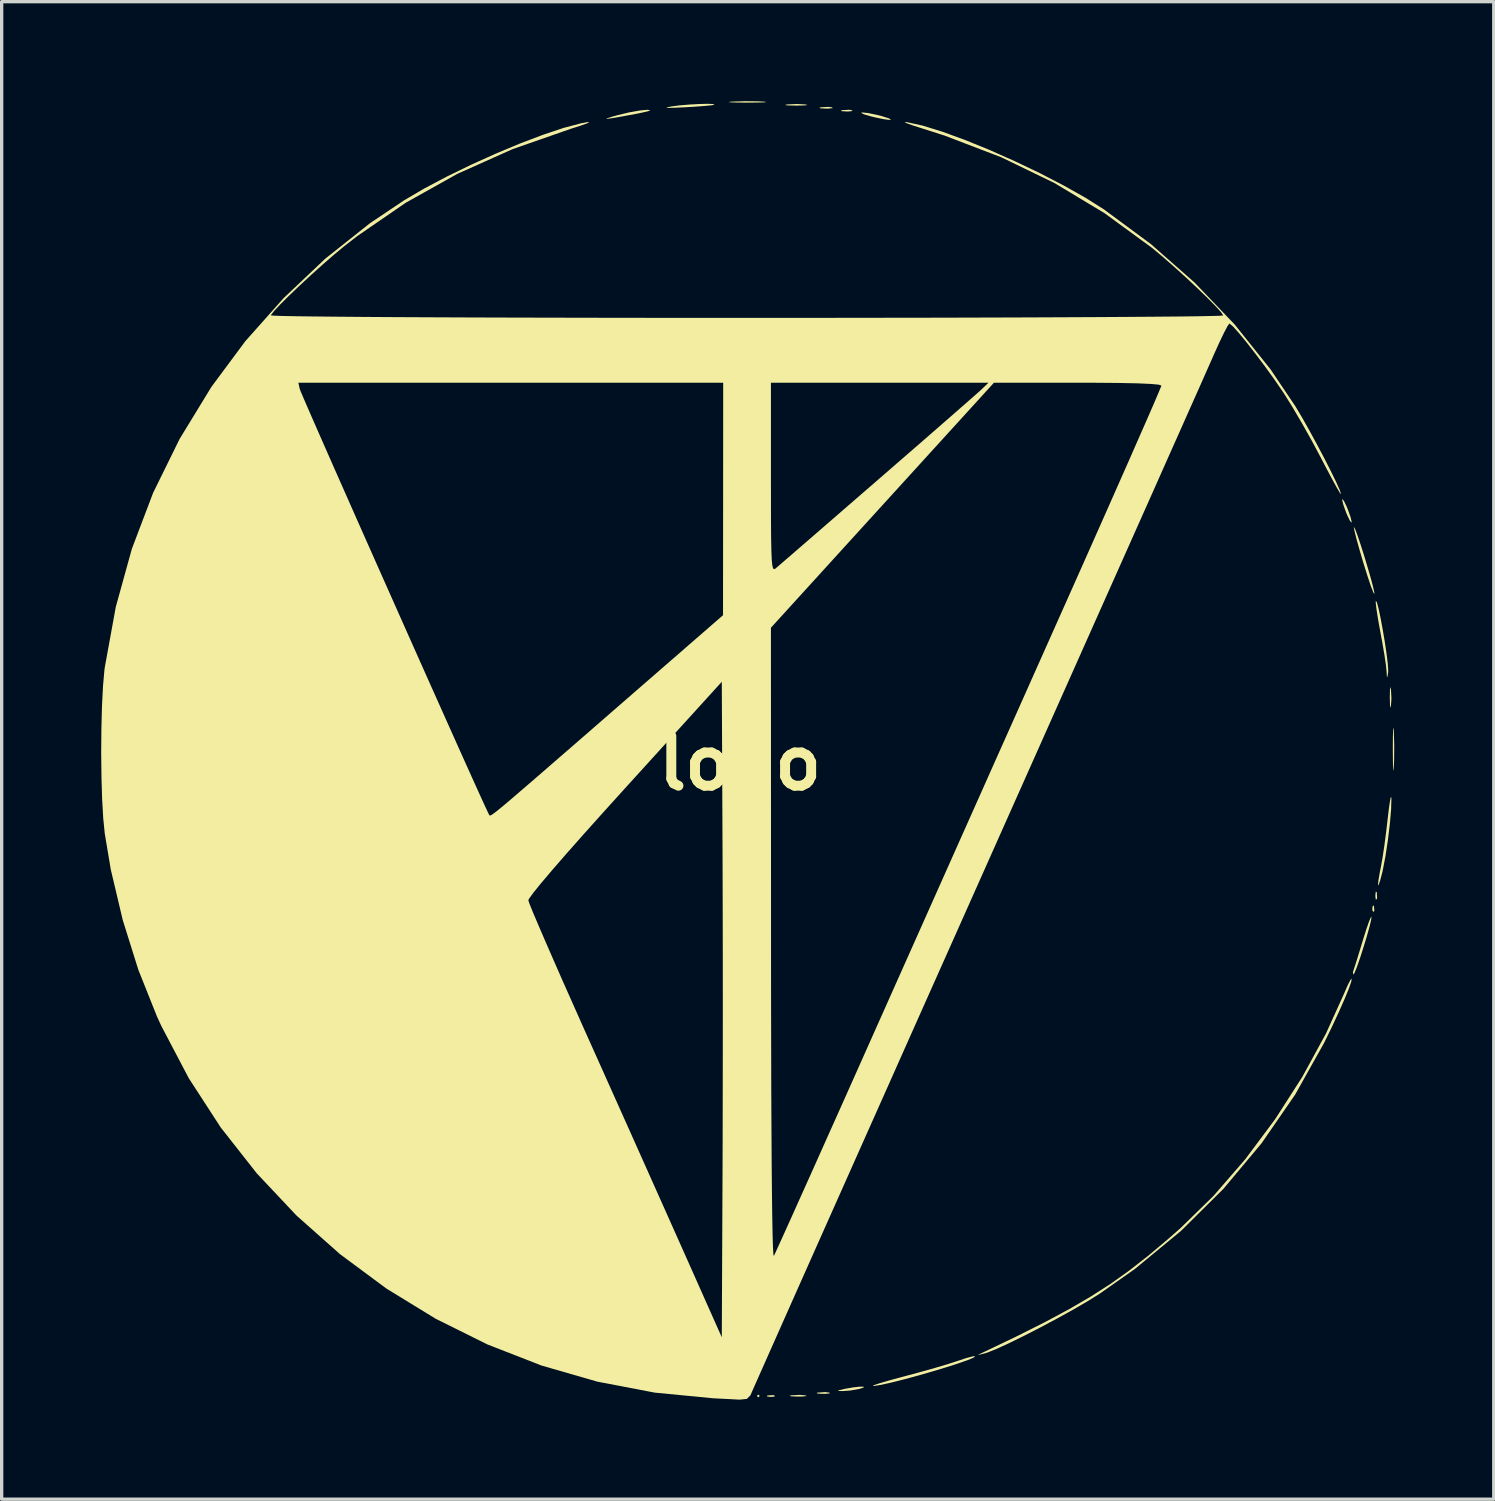
<source format=kicad_pcb>
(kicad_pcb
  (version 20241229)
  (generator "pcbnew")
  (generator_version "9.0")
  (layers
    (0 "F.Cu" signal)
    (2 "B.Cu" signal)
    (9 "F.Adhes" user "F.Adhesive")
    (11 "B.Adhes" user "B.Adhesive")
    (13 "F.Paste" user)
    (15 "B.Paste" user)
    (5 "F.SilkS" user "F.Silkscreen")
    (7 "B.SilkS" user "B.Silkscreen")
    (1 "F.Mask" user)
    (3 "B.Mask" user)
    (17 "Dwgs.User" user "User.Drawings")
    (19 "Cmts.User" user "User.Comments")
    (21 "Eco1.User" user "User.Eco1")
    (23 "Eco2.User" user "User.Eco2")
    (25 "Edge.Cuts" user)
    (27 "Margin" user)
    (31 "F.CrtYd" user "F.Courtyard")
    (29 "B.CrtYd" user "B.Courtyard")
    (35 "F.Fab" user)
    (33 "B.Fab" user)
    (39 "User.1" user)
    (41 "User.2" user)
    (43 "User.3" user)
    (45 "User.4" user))
  (footprint "logo"
    (layer "F.Cu")
    (at 19.255 19.953)
    (property "Reference" "logo" (at 0 0 0) (layer "F.SilkS") (effects (font (size 1.5 1.5) (thickness 0.3))))
    (attr board_only exclude_from_pos_files exclude_from_bom)
    (fp_poly (pts (xy 0.593 19.071) (xy 0.55 19.114) (xy 0.508 19.071) (xy 0.55 19.029)) (stroke (width 0) (type solid)) (fill yes) (layer "F.SilkS"))
    (fp_poly (pts (xy 1.037 19.057) (xy 1.048 19.088) (xy 0.931 19.1) (xy 0.811 19.087) (xy 0.826 19.057) (xy 0.999 19.046)) (stroke (width 0) (type solid)) (fill yes) (layer "F.SilkS"))
    (fp_poly (pts (xy 19.108 4.317) (xy 19.118 4.449) (xy 19.101 4.479) (xy 19.063 4.454) (xy 19.057 4.368) (xy 19.077 4.277)) (stroke (width 0) (type solid)) (fill yes) (layer "F.SilkS"))
    (fp_poly (pts (xy 19.191 3.886) (xy 19.202 4.06) (xy 19.191 4.099) (xy 19.16 4.11) (xy 19.148 3.993) (xy 19.161 3.872)) (stroke (width 0) (type solid)) (fill yes) (layer "F.SilkS"))
    (fp_poly (pts (xy 1.97 19.054) (xy 2.004 19.074) (xy 1.893 19.087) (xy 1.736 19.089) (xy 1.544 19.083) (xy 1.487 19.068) (xy 1.546 19.053) (xy 1.797 19.039)) (stroke (width 0) (type solid)) (fill yes) (layer "F.SilkS"))
    (fp_poly (pts (xy 2.689 18.97) (xy 2.709 18.993) (xy 2.587 19.006) (xy 2.498 19.007) (xy 2.334 18.999) (xy 2.309 18.98) (xy 2.35 18.969) (xy 2.571 18.955)) (stroke (width 0) (type solid)) (fill yes) (layer "F.SilkS"))
    (fp_poly (pts (xy 2.774 -19.767) (xy 2.794 -19.744) (xy 2.672 -19.731) (xy 2.582 -19.73) (xy 2.418 -19.738) (xy 2.393 -19.757) (xy 2.435 -19.768) (xy 2.656 -19.782)) (stroke (width 0) (type solid)) (fill yes) (layer "F.SilkS"))
    (fp_poly (pts (xy 3.365 -19.682) (xy 3.392 -19.657) (xy 3.275 -19.644) (xy 3.217 -19.643) (xy 3.063 -19.652) (xy 3.045 -19.674) (xy 3.069 -19.682) (xy 3.284 -19.695)) (stroke (width 0) (type solid)) (fill yes) (layer "F.SilkS"))
    (fp_poly (pts (xy 19.619 -2.23) (xy 19.619 -2.228) (xy 19.633 -1.951) (xy 19.618 -1.719) (xy 19.601 -1.672) (xy 19.589 -1.773) (xy 19.584 -1.996) (xy 19.589 -2.214) (xy 19.602 -2.298)) (stroke (width 0) (type solid)) (fill yes) (layer "F.SilkS"))
    (fp_poly (pts (xy 1.968 -19.855) (xy 2.032 -19.838) (xy 1.946 -19.826) (xy 1.728 -19.821) (xy 1.693 -19.821) (xy 1.461 -19.825) (xy 1.357 -19.836) (xy 1.402 -19.853) (xy 1.418 -19.855) (xy 1.715 -19.869)) (stroke (width 0) (type solid)) (fill yes) (layer "F.SilkS"))
    (fp_poly (pts (xy 3.725 18.793) (xy 3.73 18.815) (xy 3.598 18.859) (xy 3.317 18.908) (xy 3.09 18.924) (xy 2.956 18.92) (xy 2.971 18.901) (xy 3.142 18.861) (xy 3.175 18.854) (xy 3.418 18.812) (xy 3.611 18.791)) (stroke (width 0) (type solid)) (fill yes) (layer "F.SilkS"))
    (fp_poly (pts (xy 3.861 -19.595) (xy 4.125 -19.541) (xy 4.276 -19.502) (xy 4.488 -19.435) (xy 4.553 -19.398) (xy 4.493 -19.39) (xy 4.327 -19.412) (xy 4.075 -19.464) (xy 3.937 -19.498) (xy 3.734 -19.558) (xy 3.651 -19.601) (xy 3.683 -19.614)) (stroke (width 0) (type solid)) (fill yes) (layer "F.SilkS"))
    (fp_poly (pts (xy 18.198 -7.91) (xy 18.279 -7.744) (xy 18.323 -7.638) (xy 18.401 -7.419) (xy 18.435 -7.276) (xy 18.432 -7.252) (xy 18.385 -7.302) (xy 18.304 -7.468) (xy 18.26 -7.575) (xy 18.183 -7.794) (xy 18.148 -7.937) (xy 18.151 -7.961)) (stroke (width 0) (type solid)) (fill yes) (layer "F.SilkS"))
    (fp_poly (pts (xy -2.7 -19.682) (xy -2.772 -19.65) (xy -3.005 -19.597) (xy -3.09 -19.58) (xy -3.561 -19.492) (xy -3.869 -19.439) (xy -4.02 -19.42) (xy -4.017 -19.435) (xy -3.864 -19.484) (xy -3.683 -19.534) (xy -3.34 -19.616) (xy -3.017 -19.673) (xy -2.794 -19.694)) (stroke (width 0) (type solid)) (fill yes) (layer "F.SilkS"))
    (fp_poly (pts (xy 0.536 -19.949) (xy 0.702 -19.941) (xy 0.799 -19.929) (xy 0.743 -19.919) (xy 0.549 -19.913) (xy 0.231 -19.91) (xy 0.212 -19.91) (xy -0.107 -19.913) (xy -0.298 -19.919) (xy -0.348 -19.929) (xy -0.244 -19.94) (xy -0.23 -19.941) (xy 0.144 -19.953)) (stroke (width 0) (type solid)) (fill yes) (layer "F.SilkS"))
    (fp_poly (pts (xy 19.702 -1.013) (xy 19.705 -0.956) (xy 19.717 -0.552) (xy 19.714 -0.11) (xy 19.705 0.106) (xy 19.695 0.226) (xy 19.685 0.189) (xy 19.679 0.01) (xy 19.676 -0.297) (xy 19.675 -0.425) (xy 19.677 -0.772) (xy 19.683 -0.995) (xy 19.691 -1.08)) (stroke (width 0) (type solid)) (fill yes) (layer "F.SilkS"))
    (fp_poly (pts (xy -0.81 -19.867) (xy -0.769 -19.847) (xy -0.863 -19.829) (xy -1.089 -19.808) (xy -1.408 -19.784) (xy -1.651 -19.77) (xy -2.004 -19.754) (xy -2.191 -19.752) (xy -2.216 -19.765) (xy -2.08 -19.793) (xy -2.074 -19.794) (xy -1.821 -19.827) (xy -1.525 -19.852) (xy -1.229 -19.868) (xy -0.977 -19.874)) (stroke (width 0) (type solid)) (fill yes) (layer "F.SilkS"))
    (fp_poly (pts (xy 19.023 4.716) (xy 18.973 4.925) (xy 18.893 5.212) (xy 18.795 5.534) (xy 18.693 5.853) (xy 18.599 6.125) (xy 18.525 6.312) (xy 18.488 6.371) (xy 18.472 6.307) (xy 18.494 6.228) (xy 18.542 6.086) (xy 18.623 5.826) (xy 18.724 5.495) (xy 18.772 5.337) (xy 18.873 5.015) (xy 18.958 4.771) (xy 19.016 4.638) (xy 19.031 4.625)) (stroke (width 0) (type solid)) (fill yes) (layer "F.SilkS"))
    (fp_poly (pts (xy 18.537 -7.062) (xy 18.607 -6.875) (xy 18.701 -6.598) (xy 18.806 -6.268) (xy 18.911 -5.92) (xy 19.006 -5.593) (xy 19.078 -5.323) (xy 19.117 -5.146) (xy 19.119 -5.1) (xy 19.087 -5.147) (xy 19.016 -5.329) (xy 18.918 -5.62) (xy 18.802 -5.99) (xy 18.781 -6.058) (xy 18.666 -6.45) (xy 18.575 -6.778) (xy 18.517 -7.012) (xy 18.499 -7.119) (xy 18.5 -7.122)) (stroke (width 0) (type solid)) (fill yes) (layer "F.SilkS"))
    (fp_poly (pts (xy 19.196 -4.843) (xy 19.246 -4.657) (xy 19.306 -4.374) (xy 19.369 -4.033) (xy 19.431 -3.669) (xy 19.483 -3.319) (xy 19.52 -3.02) (xy 19.536 -2.806) (xy 19.534 -2.739) (xy 19.509 -2.594) (xy 19.496 -2.605) (xy 19.486 -2.778) (xy 19.465 -2.974) (xy 19.418 -3.288) (xy 19.352 -3.671) (xy 19.299 -3.955) (xy 19.232 -4.326) (xy 19.184 -4.63) (xy 19.16 -4.833) (xy 19.162 -4.898)) (stroke (width 0) (type solid)) (fill yes) (layer "F.SilkS"))
    (fp_poly (pts (xy 19.632 1.049) (xy 19.633 1.062) (xy 19.623 1.393) (xy 19.585 1.832) (xy 19.526 2.321) (xy 19.453 2.804) (xy 19.373 3.222) (xy 19.352 3.313) (xy 19.29 3.545) (xy 19.245 3.674) (xy 19.229 3.678) (xy 19.24 3.542) (xy 19.28 3.304) (xy 19.315 3.128) (xy 19.364 2.855) (xy 19.422 2.47) (xy 19.479 2.03) (xy 19.517 1.7) (xy 19.558 1.355) (xy 19.593 1.118) (xy 19.619 1.01)) (stroke (width 0) (type solid)) (fill yes) (layer "F.SilkS"))
    (fp_poly (pts (xy 7.037 17.918) (xy 6.85 17.995) (xy 6.558 18.097) (xy 6.191 18.214) (xy 5.776 18.339) (xy 5.346 18.462) (xy 4.927 18.575) (xy 4.551 18.67) (xy 4.247 18.737) (xy 4.044 18.769) (xy 4.008 18.77) (xy 4.026 18.749) (xy 4.185 18.695) (xy 4.458 18.614) (xy 4.822 18.515) (xy 4.953 18.48) (xy 5.416 18.356) (xy 5.871 18.228) (xy 6.265 18.111) (xy 6.548 18.019) (xy 6.554 18.017) (xy 6.819 17.929) (xy 7.013 17.878) (xy 7.089 17.873)) (stroke (width 0) (type solid)) (fill yes) (layer "F.SilkS"))
    (fp_poly (pts (xy 18.422 6.586) (xy 18.344 6.808) (xy 18.211 7.131) (xy 18.034 7.529) (xy 17.824 7.979) (xy 17.603 8.431) (xy 16.731 9.988) (xy 15.718 11.456) (xy 14.57 12.827) (xy 13.295 14.092) (xy 11.899 15.245) (xy 10.837 15.991) (xy 10.481 16.213) (xy 10.046 16.466) (xy 9.562 16.734) (xy 9.059 17.002) (xy 8.567 17.255) (xy 8.116 17.476) (xy 7.736 17.651) (xy 7.457 17.763) (xy 7.366 17.791) (xy 7.154 17.84) (xy 7.366 17.74) (xy 8.339 17.274) (xy 9.179 16.852) (xy 9.913 16.459) (xy 10.567 16.078) (xy 11.165 15.694) (xy 11.734 15.289) (xy 12.299 14.848) (xy 12.887 14.355) (xy 13.28 14.009) (xy 14.27 13.042) (xy 15.226 11.939) (xy 16.126 10.733) (xy 16.945 9.458) (xy 17.66 8.148) (xy 18.205 6.946) (xy 18.312 6.698) (xy 18.396 6.534) (xy 18.435 6.49)) (stroke (width 0) (type solid)) (fill yes) (layer "F.SilkS"))
    (fp_poly (pts (xy 5.023 -19.323) (xy 5.504 -19.217) (xy 6.099 -19.033) (xy 6.779 -18.785) (xy 7.514 -18.486) (xy 8.275 -18.148) (xy 9.033 -17.786) (xy 9.757 -17.411) (xy 10.42 -17.037) (xy 10.964 -16.694) (xy 12.382 -15.647) (xy 13.703 -14.484) (xy 14.91 -13.221) (xy 15.986 -11.875) (xy 16.737 -10.759) (xy 16.934 -10.428) (xy 17.154 -10.039) (xy 17.382 -9.62) (xy 17.604 -9.201) (xy 17.803 -8.81) (xy 17.965 -8.478) (xy 18.075 -8.233) (xy 18.116 -8.106) (xy 18.116 -8.103) (xy 18.079 -8.148) (xy 17.978 -8.321) (xy 17.826 -8.598) (xy 17.636 -8.957) (xy 17.501 -9.217) (xy 17.236 -9.713) (xy 16.943 -10.235) (xy 16.653 -10.729) (xy 16.398 -11.138) (xy 16.348 -11.213) (xy 16.091 -11.586) (xy 15.812 -11.972) (xy 15.529 -12.348) (xy 15.263 -12.689) (xy 15.032 -12.969) (xy 14.857 -13.164) (xy 14.756 -13.249) (xy 14.748 -13.251) (xy 14.694 -13.177) (xy 14.588 -12.976) (xy 14.445 -12.677) (xy 14.279 -12.311) (xy 14.254 -12.252) (xy 14.175 -12.074) (xy 14.031 -11.749) (xy 13.825 -11.284) (xy 13.56 -10.689) (xy 13.241 -9.972) (xy 12.87 -9.14) (xy 12.453 -8.201) (xy 11.991 -7.165) (xy 11.489 -6.038) (xy 10.95 -4.829) (xy 10.378 -3.546) (xy 9.777 -2.197) (xy 9.15 -0.791) (xy 8.501 0.665) (xy 7.833 2.163) (xy 7.151 3.694) (xy 7.093 3.823) (xy 6.416 5.342) (xy 5.756 6.821) (xy 5.118 8.252) (xy 4.506 9.627) (xy 3.921 10.939) (xy 3.368 12.18) (xy 2.85 13.343) (xy 2.37 14.42) (xy 1.932 15.404) (xy 1.539 16.287) (xy 1.195 17.062) (xy 0.902 17.721) (xy 0.665 18.256) (xy 0.485 18.66) (xy 0.368 18.925) (xy 0.316 19.045) (xy 0.314 19.05) (xy 0.207 19.16) (xy -0.019 19.183) (xy -0.26 19.169) (xy -0.585 19.153) (xy -0.804 19.142) (xy -2.572 18.971) (xy -4.302 18.64) (xy -5.985 18.154) (xy -7.612 17.52) (xy -9.173 16.745) (xy -10.658 15.835) (xy -12.058 14.797) (xy -13.364 13.638) (xy -14.564 12.364) (xy -15.651 10.981) (xy -16.614 9.497) (xy -17.444 7.917) (xy -17.573 7.636) (xy -18.135 6.228) (xy -18.605 4.729) (xy -18.746 4.133) (xy -6.381 4.133) (xy -6.345 4.239) (xy -6.246 4.485) (xy -6.089 4.855) (xy -5.883 5.334) (xy -5.633 5.907) (xy -5.347 6.559) (xy -5.029 7.274) (xy -4.689 8.038) (xy -4.579 8.283) (xy -4.183 9.166) (xy -3.768 10.093) (xy -3.346 11.035) (xy -2.932 11.961) (xy -2.538 12.843) (xy -2.177 13.651) (xy -1.863 14.355) (xy -1.669 14.79) (xy -0.55 17.304) (xy -0.528 12.397) (xy -0.524 11.288) (xy -0.522 10.052) (xy -0.52 8.731) (xy -0.519 7.37) (xy -0.52 6.009) (xy -0.522 4.694) (xy -0.525 3.465) (xy -0.528 2.517) (xy -0.55 -2.454) (xy -3.471 0.761) (xy -4.14 1.501) (xy -4.734 2.164) (xy -5.246 2.743) (xy -5.671 3.232) (xy -6.002 3.623) (xy -6.234 3.91) (xy -6.359 4.084) (xy -6.381 4.133) (xy -18.746 4.133) (xy -18.966 3.204) (xy -19.147 2.124) (xy -19.193 1.665) (xy -19.227 1.078) (xy -19.247 0.404) (xy -19.255 -0.315) (xy -19.249 -1.037) (xy -19.231 -1.722) (xy -19.2 -2.328) (xy -19.157 -2.814) (xy -19.147 -2.888) (xy -18.815 -4.711) (xy -18.33 -6.463) (xy -17.69 -8.149) (xy -16.892 -9.772) (xy -15.937 -11.336) (xy -15.84 -11.468) (xy -13.312 -11.468) (xy -13.27 -11.277) (xy -13.232 -11.18) (xy -13.13 -10.942) (xy -12.972 -10.578) (xy -12.763 -10.101) (xy -12.51 -9.525) (xy -12.22 -8.866) (xy -11.897 -8.137) (xy -11.55 -7.352) (xy -11.183 -6.525) (xy -10.804 -5.671) (xy -10.418 -4.804) (xy -10.033 -3.938) (xy -9.654 -3.087) (xy -9.287 -2.265) (xy -8.939 -1.487) (xy -8.617 -0.767) (xy -8.326 -0.118) (xy -8.073 0.444) (xy -7.864 0.906) (xy -7.705 1.254) (xy -7.603 1.473) (xy -7.567 1.547) (xy -7.557 1.565) (xy -7.545 1.576) (xy -7.52 1.574) (xy -7.473 1.548) (xy -7.395 1.492) (xy -7.274 1.397) (xy -7.102 1.255) (xy -6.869 1.058) (xy -6.566 0.797) (xy -6.181 0.466) (xy -5.707 0.054) (xy -5.132 -0.444) (xy -4.448 -1.039) (xy -3.738 -1.657) (xy -0.947 -4.083) (xy 0.931 -4.083) (xy 0.934 5.455) (xy 0.935 7.054) (xy 0.938 8.513) (xy 0.941 9.829) (xy 0.947 10.999) (xy 0.953 12.02) (xy 0.961 12.89) (xy 0.97 13.604) (xy 0.98 14.161) (xy 0.991 14.557) (xy 1.004 14.789) (xy 1.017 14.855) (xy 1.018 14.854) (xy 1.064 14.757) (xy 1.174 14.516) (xy 1.343 14.143) (xy 1.565 13.651) (xy 1.835 13.049) (xy 2.149 12.351) (xy 2.499 11.568) (xy 2.883 10.71) (xy 3.294 9.791) (xy 3.726 8.822) (xy 4.01 8.185) (xy 4.552 6.97) (xy 5.148 5.634) (xy 5.783 4.211) (xy 6.442 2.732) (xy 7.112 1.231) (xy 7.776 -0.259) (xy 8.422 -1.705) (xy 9.033 -3.076) (xy 9.596 -4.338) (xy 9.811 -4.82) (xy 10.252 -5.809) (xy 10.672 -6.754) (xy 11.067 -7.644) (xy 11.431 -8.467) (xy 11.76 -9.211) (xy 12.047 -9.865) (xy 12.289 -10.416) (xy 12.48 -10.855) (xy 12.614 -11.169) (xy 12.687 -11.346) (xy 12.7 -11.382) (xy 12.616 -11.41) (xy 12.366 -11.432) (xy 11.954 -11.45) (xy 11.382 -11.461) (xy 10.655 -11.467) (xy 10.177 -11.468) (xy 7.653 -11.468) (xy 4.292 -7.776) (xy 0.931 -4.083) (xy -0.947 -4.083) (xy -0.513 -4.46) (xy -0.51 -7.964) (xy -0.508 -11.468) (xy 0.931 -11.468) (xy 0.931 -8.609) (xy 0.932 -7.838) (xy 0.933 -7.22) (xy 0.937 -6.74) (xy 0.945 -6.383) (xy 0.956 -6.13) (xy 0.972 -5.968) (xy 0.993 -5.879) (xy 1.021 -5.848) (xy 1.057 -5.859) (xy 1.079 -5.876) (xy 1.173 -5.957) (xy 1.38 -6.136) (xy 1.689 -6.403) (xy 2.085 -6.746) (xy 2.555 -7.153) (xy 3.085 -7.613) (xy 3.662 -8.113) (xy 4.149 -8.535) (xy 4.756 -9.062) (xy 5.33 -9.56) (xy 5.856 -10.018) (xy 6.321 -10.424) (xy 6.71 -10.764) (xy 7.01 -11.027) (xy 7.207 -11.201) (xy 7.279 -11.267) (xy 7.489 -11.468) (xy 4.21 -11.468) (xy 0.931 -11.468) (xy -0.508 -11.468) (xy -6.91 -11.468) (xy -13.312 -11.468) (xy -15.84 -11.468) (xy -14.913 -12.717) (xy -13.759 -14.015) (xy -12.499 -15.208) (xy -11.154 -16.275) (xy -10.13 -16.962) (xy -9.527 -17.316) (xy -8.845 -17.677) (xy -8.116 -18.032) (xy -7.368 -18.37) (xy -6.633 -18.677) (xy -5.939 -18.94) (xy -5.317 -19.148) (xy -4.797 -19.286) (xy -4.599 -19.323) (xy -4.538 -19.322) (xy -4.62 -19.281) (xy -4.829 -19.207) (xy -5.08 -19.128) (xy -6.856 -18.508) (xy -8.521 -17.763) (xy -10.08 -16.89) (xy -11.542 -15.884) (xy -11.939 -15.575) (xy -12.239 -15.326) (xy -12.577 -15.032) (xy -12.932 -14.713) (xy -13.279 -14.391) (xy -13.596 -14.088) (xy -13.86 -13.826) (xy -14.047 -13.626) (xy -14.135 -13.511) (xy -14.139 -13.497) (xy -14.056 -13.489) (xy -13.81 -13.48) (xy -13.41 -13.472) (xy -12.863 -13.465) (xy -12.175 -13.458) (xy -11.355 -13.451) (xy -10.41 -13.445) (xy -9.346 -13.44) (xy -8.172 -13.435) (xy -6.894 -13.431) (xy -5.52 -13.428) (xy -4.058 -13.425) (xy -2.514 -13.423) (xy -0.896 -13.422) (xy 0.212 -13.422) (xy 1.765 -13.422) (xy 3.27 -13.424) (xy 4.718 -13.426) (xy 6.102 -13.428) (xy 7.412 -13.432) (xy 8.64 -13.436) (xy 9.776 -13.441) (xy 10.813 -13.446) (xy 11.742 -13.452) (xy 12.555 -13.458) (xy 13.241 -13.464) (xy 13.794 -13.471) (xy 14.204 -13.479) (xy 14.463 -13.486) (xy 14.562 -13.494) (xy 14.563 -13.495) (xy 14.502 -13.588) (xy 14.337 -13.771) (xy 14.09 -14.022) (xy 13.784 -14.317) (xy 13.443 -14.637) (xy 13.088 -14.958) (xy 12.744 -15.259) (xy 12.434 -15.518) (xy 12.404 -15.542) (xy 10.977 -16.584) (xy 9.473 -17.488) (xy 7.875 -18.262) (xy 6.169 -18.915) (xy 5.503 -19.128) (xy 5.205 -19.223) (xy 5.018 -19.291) (xy 4.961 -19.326)) (stroke (width 0) (type solid)) (fill yes) (layer "F.SilkS")))
  (gr_rect
    (start -3 -3)
    (end 41.972 42.136)
    (stroke (width 0.1) (type default))
    (fill no)
    (layer "Edge.Cuts")))
</source>
